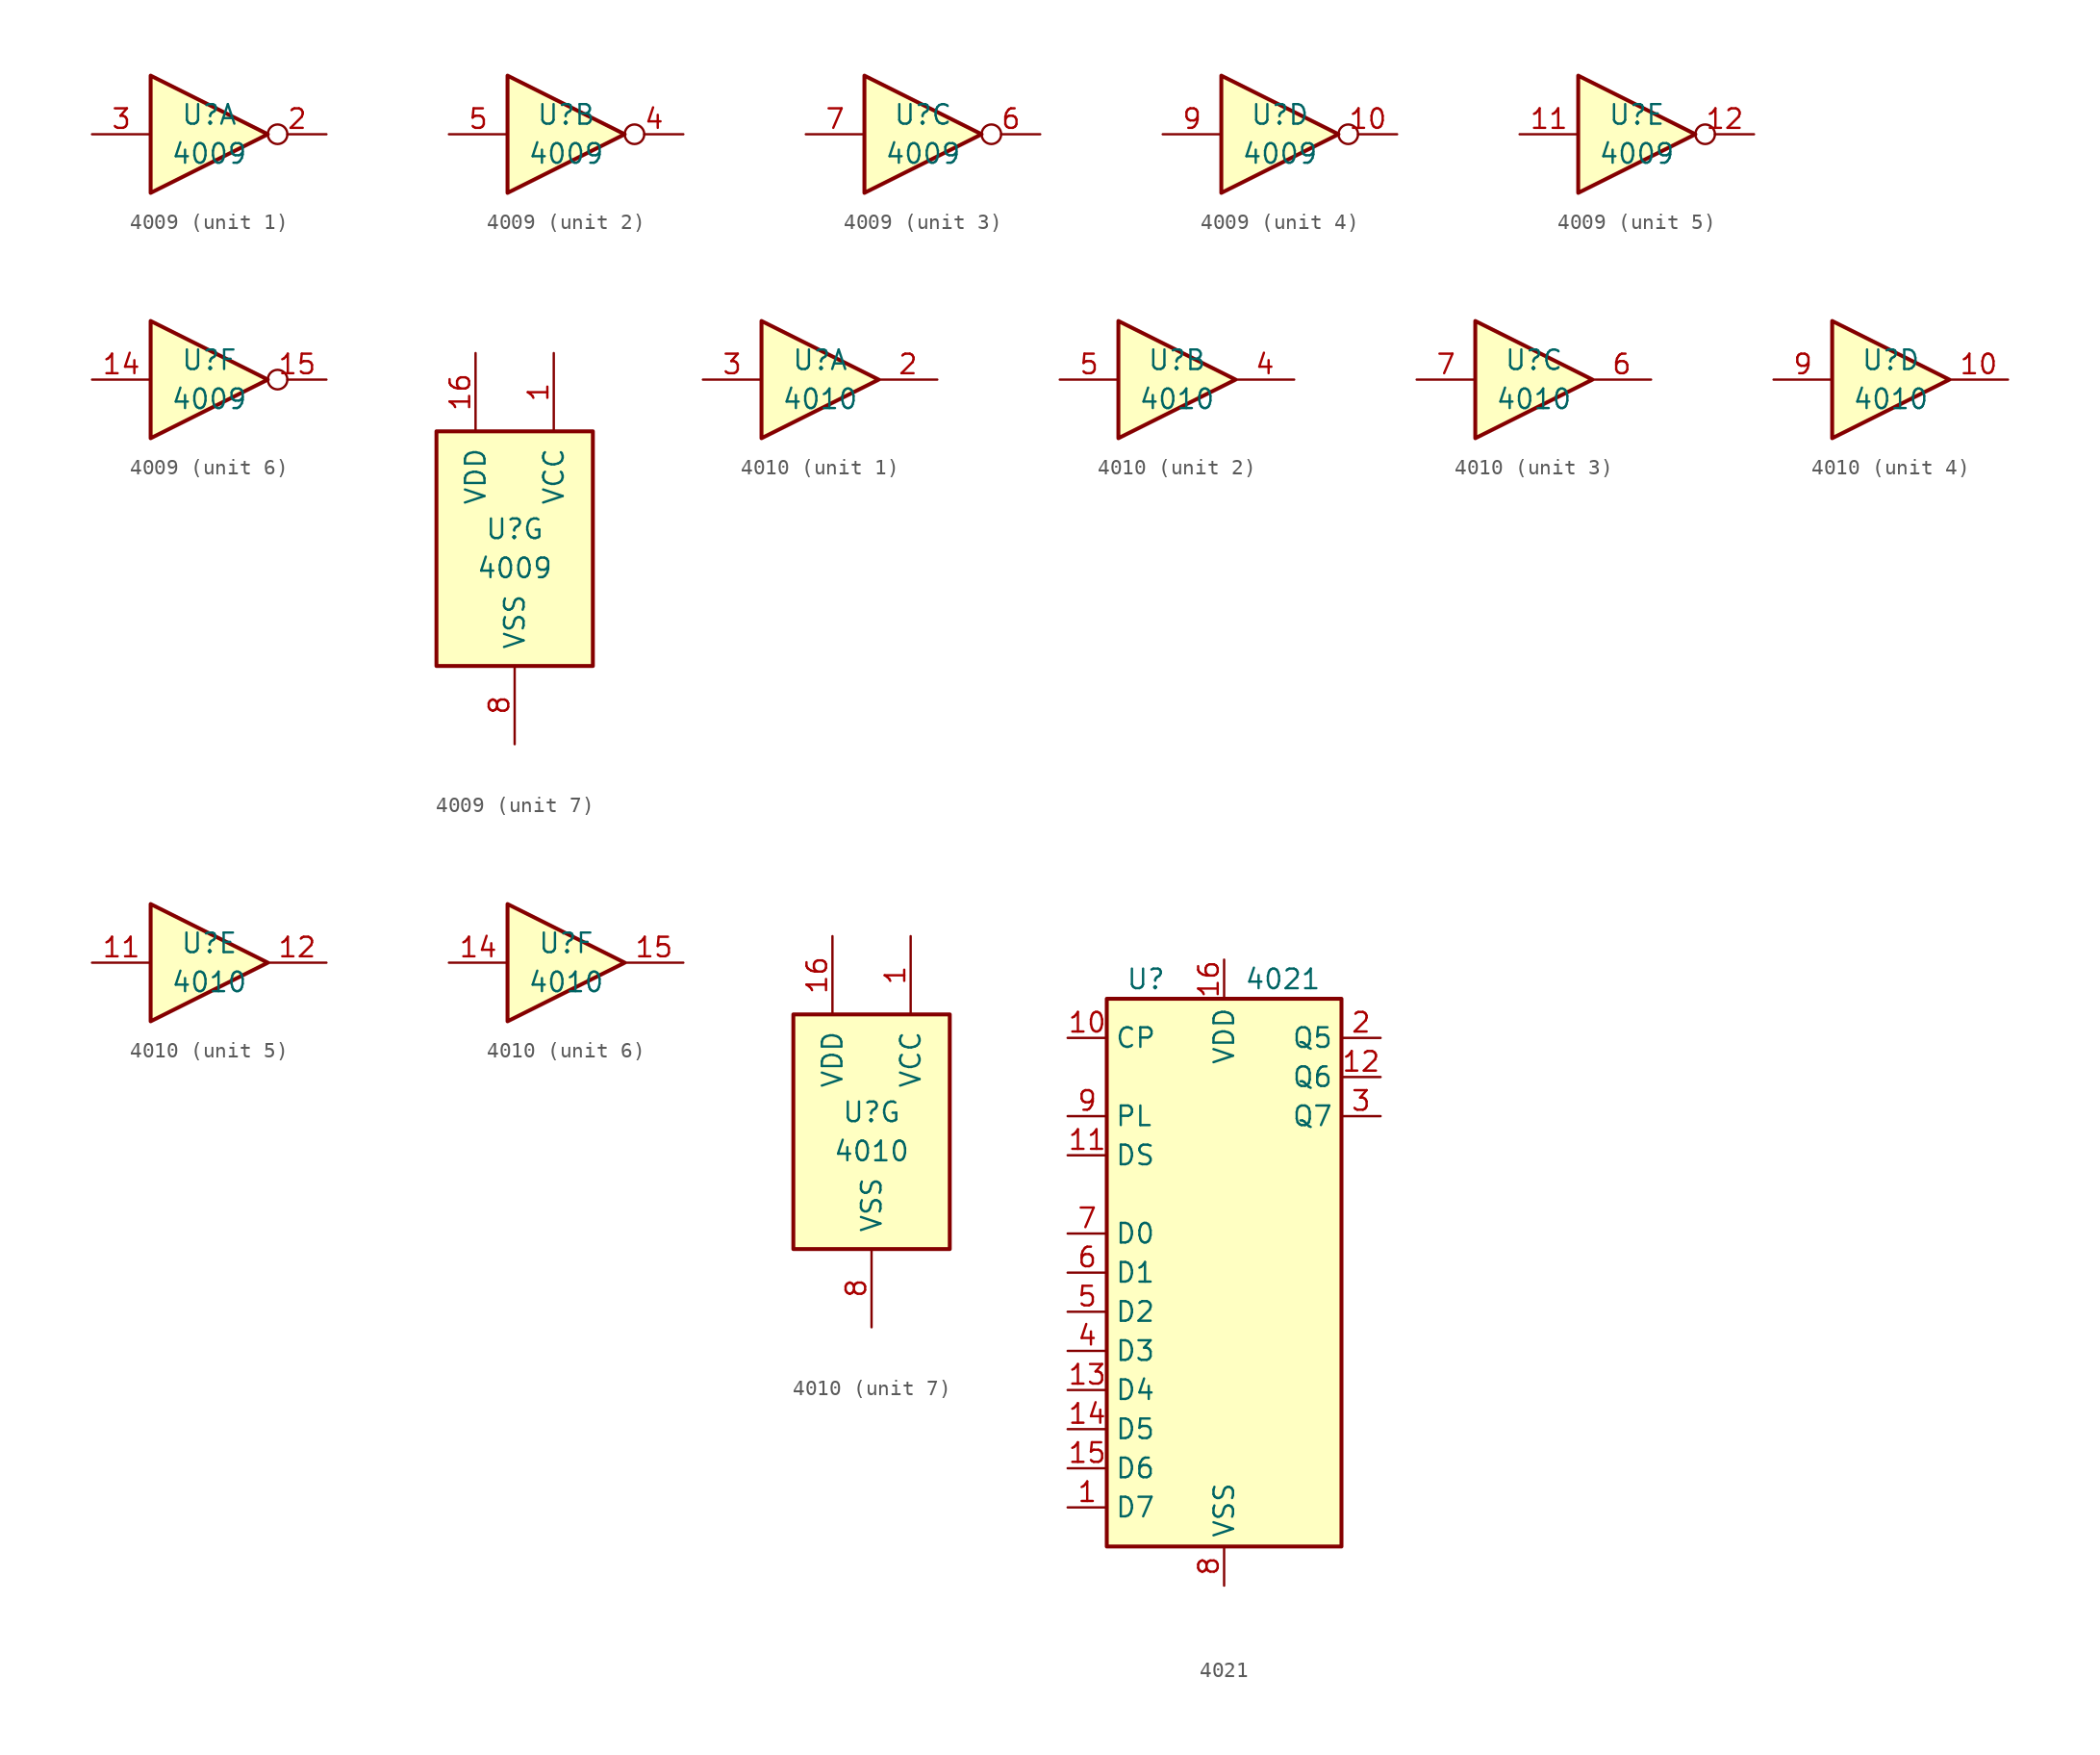
<source format=kicad_sym>
(kicad_symbol_lib
  (version 20201005)
  (generator kicad_symbol_editor)
  (symbol "4009"
    (pin_names
      (offset 1.016))
    (property "Reference" "U"
      (at 0 1.27 0)
      (effects (font (size 1.27 1.27))))
    (property "Value" "4009"
      (at 0 -1.27 0)
      (effects (font (size 1.27 1.27))))
    (property "ki_locked" ""
      (at 0 0 0)
      (effects (font (size 1.27 1.27))))
    (symbol "4009_1_0"
      (polyline (pts (xy -3.81 3.81) (xy -3.81 -3.81) (xy 3.81 0) (xy -3.81 3.81)) (stroke (width 0.254)) (fill (type background)))
      (pin output inverted (at 7.62 0 180) (length 3.81) (name "~" (effects (font (size 1.27 1.27)))) (number "2" (effects (font (size 1.27 1.27)))))
      (pin input line (at -7.62 0 0) (length 3.81) (name "~" (effects (font (size 1.27 1.27)))) (number "3" (effects (font (size 1.27 1.27))))))
    (symbol "4009_2_0"
      (polyline (pts (xy -3.81 3.81) (xy -3.81 -3.81) (xy 3.81 0) (xy -3.81 3.81)) (stroke (width 0.254)) (fill (type background)))
      (pin output inverted (at 7.62 0 180) (length 3.81) (name "~" (effects (font (size 1.27 1.27)))) (number "4" (effects (font (size 1.27 1.27)))))
      (pin input line (at -7.62 0 0) (length 3.81) (name "~" (effects (font (size 1.27 1.27)))) (number "5" (effects (font (size 1.27 1.27))))))
    (symbol "4009_3_0"
      (polyline (pts (xy -3.81 3.81) (xy -3.81 -3.81) (xy 3.81 0) (xy -3.81 3.81)) (stroke (width 0.254)) (fill (type background)))
      (pin output inverted (at 7.62 0 180) (length 3.81) (name "~" (effects (font (size 1.27 1.27)))) (number "6" (effects (font (size 1.27 1.27)))))
      (pin input line (at -7.62 0 0) (length 3.81) (name "~" (effects (font (size 1.27 1.27)))) (number "7" (effects (font (size 1.27 1.27))))))
    (symbol "4009_4_0"
      (polyline (pts (xy -3.81 3.81) (xy -3.81 -3.81) (xy 3.81 0) (xy -3.81 3.81)) (stroke (width 0.254)) (fill (type background)))
      (pin output inverted (at 7.62 0 180) (length 3.81) (name "~" (effects (font (size 1.27 1.27)))) (number "10" (effects (font (size 1.27 1.27)))))
      (pin input line (at -7.62 0 0) (length 3.81) (name "~" (effects (font (size 1.27 1.27)))) (number "9" (effects (font (size 1.27 1.27))))))
    (symbol "4009_5_0"
      (polyline (pts (xy -3.81 3.81) (xy -3.81 -3.81) (xy 3.81 0) (xy -3.81 3.81)) (stroke (width 0.254)) (fill (type background)))
      (pin input line (at -7.62 0 0) (length 3.81) (name "~" (effects (font (size 1.27 1.27)))) (number "11" (effects (font (size 1.27 1.27)))))
      (pin output inverted (at 7.62 0 180) (length 3.81) (name "~" (effects (font (size 1.27 1.27)))) (number "12" (effects (font (size 1.27 1.27))))))
    (symbol "4009_6_0"
      (polyline (pts (xy -3.81 3.81) (xy -3.81 -3.81) (xy 3.81 0) (xy -3.81 3.81)) (stroke (width 0.254)) (fill (type background)))
      (pin input line (at -7.62 0 0) (length 3.81) (name "~" (effects (font (size 1.27 1.27)))) (number "14" (effects (font (size 1.27 1.27)))))
      (pin output inverted (at 7.62 0 180) (length 3.81) (name "~" (effects (font (size 1.27 1.27)))) (number "15" (effects (font (size 1.27 1.27))))))
    (symbol "4009_7_0"
      (pin power_in line (at 2.54 12.7 270) (length 5.08) (name "VCC" (effects (font (size 1.27 1.27)))) (number "1" (effects (font (size 1.27 1.27)))))
      (pin power_in line (at -2.54 12.7 270) (length 5.08) (name "VDD" (effects (font (size 1.27 1.27)))) (number "16" (effects (font (size 1.27 1.27)))))
      (pin power_in line (at 0 -12.7 90) (length 5.08) (name "VSS" (effects (font (size 1.27 1.27)))) (number "8" (effects (font (size 1.27 1.27))))))
    (symbol "4009_7_1"
      (rectangle (start -5.08 7.62) (end 5.08 -7.62) (stroke (width 0.254)) (fill (type background)))))
  (symbol "4010"
    (pin_names
      (offset 1.016))
    (property "Reference" "U"
      (at 0 1.27 0)
      (effects (font (size 1.27 1.27))))
    (property "Value" "4010"
      (at 0 -1.27 0)
      (effects (font (size 1.27 1.27))))
    (property "ki_locked" ""
      (at 0 0 0)
      (effects (font (size 1.27 1.27))))
    (symbol "4010_1_0"
      (polyline (pts (xy -3.81 3.81) (xy -3.81 -3.81) (xy 3.81 0) (xy -3.81 3.81)) (stroke (width 0.254)) (fill (type background)))
      (pin output line (at 7.62 0 180) (length 3.81) (name "~" (effects (font (size 1.27 1.27)))) (number "2" (effects (font (size 1.27 1.27)))))
      (pin input line (at -7.62 0 0) (length 3.81) (name "~" (effects (font (size 1.27 1.27)))) (number "3" (effects (font (size 1.27 1.27))))))
    (symbol "4010_2_0"
      (polyline (pts (xy -3.81 3.81) (xy -3.81 -3.81) (xy 3.81 0) (xy -3.81 3.81)) (stroke (width 0.254)) (fill (type background)))
      (pin output line (at 7.62 0 180) (length 3.81) (name "~" (effects (font (size 1.27 1.27)))) (number "4" (effects (font (size 1.27 1.27)))))
      (pin input line (at -7.62 0 0) (length 3.81) (name "~" (effects (font (size 1.27 1.27)))) (number "5" (effects (font (size 1.27 1.27))))))
    (symbol "4010_3_0"
      (polyline (pts (xy -3.81 3.81) (xy -3.81 -3.81) (xy 3.81 0) (xy -3.81 3.81)) (stroke (width 0.254)) (fill (type background)))
      (pin output line (at 7.62 0 180) (length 3.81) (name "~" (effects (font (size 1.27 1.27)))) (number "6" (effects (font (size 1.27 1.27)))))
      (pin input line (at -7.62 0 0) (length 3.81) (name "~" (effects (font (size 1.27 1.27)))) (number "7" (effects (font (size 1.27 1.27))))))
    (symbol "4010_4_0"
      (polyline (pts (xy -3.81 3.81) (xy -3.81 -3.81) (xy 3.81 0) (xy -3.81 3.81)) (stroke (width 0.254)) (fill (type background)))
      (pin output line (at 7.62 0 180) (length 3.81) (name "~" (effects (font (size 1.27 1.27)))) (number "10" (effects (font (size 1.27 1.27)))))
      (pin input line (at -7.62 0 0) (length 3.81) (name "~" (effects (font (size 1.27 1.27)))) (number "9" (effects (font (size 1.27 1.27))))))
    (symbol "4010_5_0"
      (polyline (pts (xy -3.81 3.81) (xy -3.81 -3.81) (xy 3.81 0) (xy -3.81 3.81)) (stroke (width 0.254)) (fill (type background)))
      (pin input line (at -7.62 0 0) (length 3.81) (name "~" (effects (font (size 1.27 1.27)))) (number "11" (effects (font (size 1.27 1.27)))))
      (pin output line (at 7.62 0 180) (length 3.81) (name "~" (effects (font (size 1.27 1.27)))) (number "12" (effects (font (size 1.27 1.27))))))
    (symbol "4010_6_0"
      (polyline (pts (xy -3.81 3.81) (xy -3.81 -3.81) (xy 3.81 0) (xy -3.81 3.81)) (stroke (width 0.254)) (fill (type background)))
      (pin input line (at -7.62 0 0) (length 3.81) (name "~" (effects (font (size 1.27 1.27)))) (number "14" (effects (font (size 1.27 1.27)))))
      (pin output line (at 7.62 0 180) (length 3.81) (name "~" (effects (font (size 1.27 1.27)))) (number "15" (effects (font (size 1.27 1.27))))))
    (symbol "4010_7_0"
      (pin power_in line (at 2.54 12.7 270) (length 5.08) (name "VCC" (effects (font (size 1.27 1.27)))) (number "1" (effects (font (size 1.27 1.27)))))
      (pin power_in line (at -2.54 12.7 270) (length 5.08) (name "VDD" (effects (font (size 1.27 1.27)))) (number "16" (effects (font (size 1.27 1.27)))))
      (pin power_in line (at 0 -12.7 90) (length 5.08) (name "VSS" (effects (font (size 1.27 1.27)))) (number "8" (effects (font (size 1.27 1.27))))))
    (symbol "4010_7_1"
      (rectangle (start -5.08 7.62) (end 5.08 -7.62) (stroke (width 0.254)) (fill (type background)))))
  (symbol "4021"
    (property "Reference" "U"
      (at -5.08 19.05 0)
      (effects (font (size 1.27 1.27))))
    (property "Value" "4021"
      (at 3.81 19.05 0)
      (effects (font (size 1.27 1.27))))
    (symbol "4021_0_1"
      (rectangle (start -7.62 17.78) (end 7.62 -17.78) (stroke (width 0.254)) (fill (type background))))
    (symbol "4021_1_1"
      (pin input line (at -10.16 -15.24 0) (length 2.54) (name "D7" (effects (font (size 1.27 1.27)))) (number "1" (effects (font (size 1.27 1.27)))))
      (pin input line (at -10.16 15.24 0) (length 2.54) (name "CP" (effects (font (size 1.27 1.27)))) (number "10" (effects (font (size 1.27 1.27)))))
      (pin input line (at -10.16 7.62 0) (length 2.54) (name "DS" (effects (font (size 1.27 1.27)))) (number "11" (effects (font (size 1.27 1.27)))))
      (pin output line (at 10.16 12.7 180) (length 2.54) (name "Q6" (effects (font (size 1.27 1.27)))) (number "12" (effects (font (size 1.27 1.27)))))
      (pin input line (at -10.16 -7.62 0) (length 2.54) (name "D4" (effects (font (size 1.27 1.27)))) (number "13" (effects (font (size 1.27 1.27)))))
      (pin input line (at -10.16 -10.16 0) (length 2.54) (name "D5" (effects (font (size 1.27 1.27)))) (number "14" (effects (font (size 1.27 1.27)))))
      (pin input line (at -10.16 -12.7 0) (length 2.54) (name "D6" (effects (font (size 1.27 1.27)))) (number "15" (effects (font (size 1.27 1.27)))))
      (pin power_in line (at 0 20.32 270) (length 2.54) (name "VDD" (effects (font (size 1.27 1.27)))) (number "16" (effects (font (size 1.27 1.27)))))
      (pin output line (at 10.16 15.24 180) (length 2.54) (name "Q5" (effects (font (size 1.27 1.27)))) (number "2" (effects (font (size 1.27 1.27)))))
      (pin output line (at 10.16 10.16 180) (length 2.54) (name "Q7" (effects (font (size 1.27 1.27)))) (number "3" (effects (font (size 1.27 1.27)))))
      (pin input line (at -10.16 -5.08 0) (length 2.54) (name "D3" (effects (font (size 1.27 1.27)))) (number "4" (effects (font (size 1.27 1.27)))))
      (pin input line (at -10.16 -2.54 0) (length 2.54) (name "D2" (effects (font (size 1.27 1.27)))) (number "5" (effects (font (size 1.27 1.27)))))
      (pin input line (at -10.16 0 0) (length 2.54) (name "D1" (effects (font (size 1.27 1.27)))) (number "6" (effects (font (size 1.27 1.27)))))
      (pin input line (at -10.16 2.54 0) (length 2.54) (name "D0" (effects (font (size 1.27 1.27)))) (number "7" (effects (font (size 1.27 1.27)))))
      (pin power_in line (at 0 -20.32 90) (length 2.54) (name "VSS" (effects (font (size 1.27 1.27)))) (number "8" (effects (font (size 1.27 1.27)))))
      (pin input line (at -10.16 10.16 0) (length 2.54) (name "PL" (effects (font (size 1.27 1.27)))) (number "9" (effects (font (size 1.27 1.27))))))))
</source>
